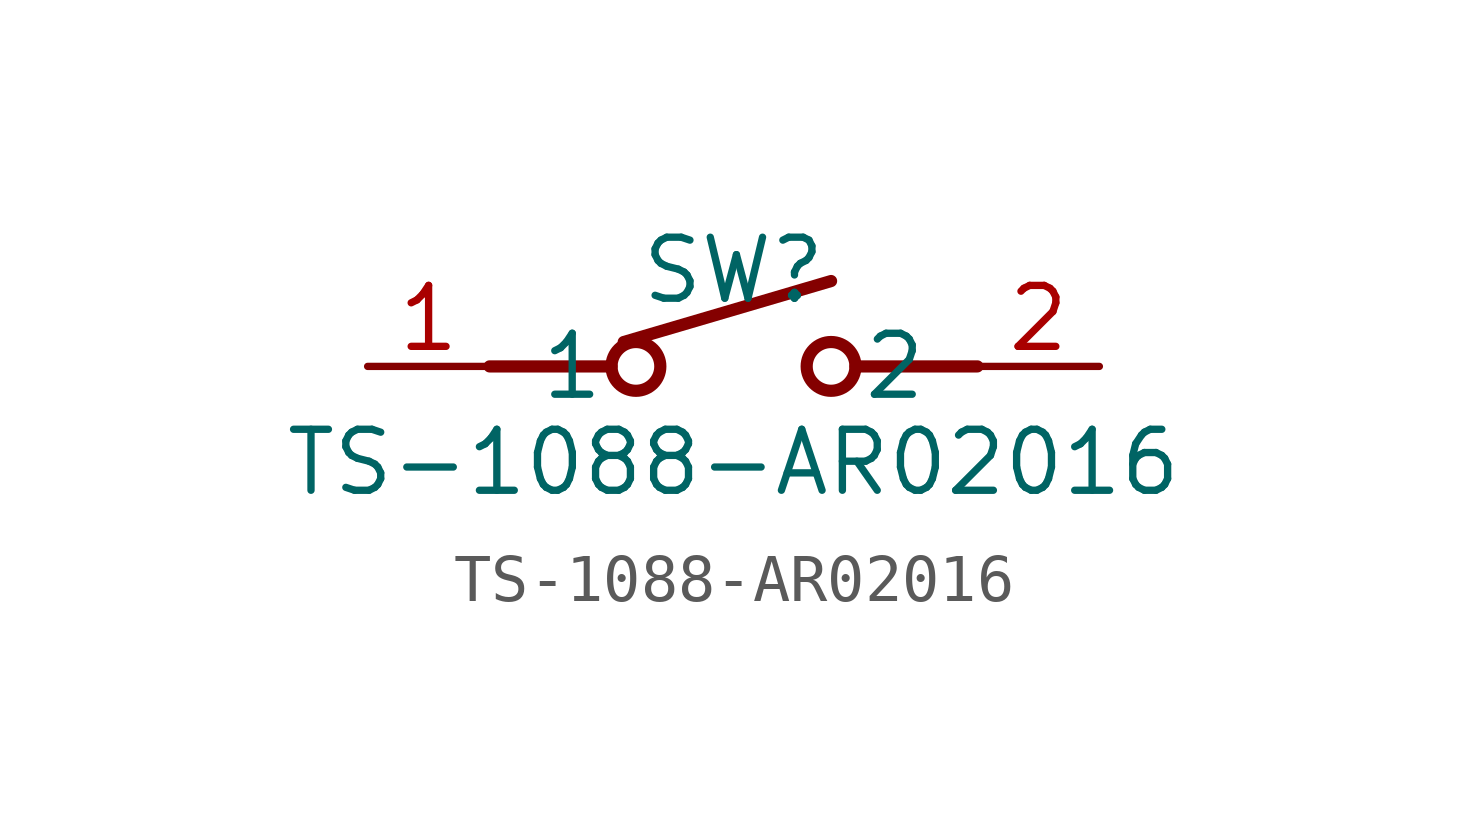
<source format=kicad_sym>
(kicad_symbol_lib
  (version 20241209)
  (generator "JLCImport")
  (generator_version "1.0")
  (symbol "TS-1088-AR02016"
    (pin_names
      (offset 1.016))
    (property "Reference" "SW"
      (at 0 2 0)
      (effects (font (size 1.27 1.27))))
    (property "Value" "TS-1088-AR02016"
      (at 0 -2 0)
      (effects (font (size 1.27 1.27))))
    (symbol "TS-1088-AR02016_0_1"
      (circle (center 2.032 0) (radius 0.508) (stroke (width 0.254) (type solid)) (fill (type none)))
      (circle (center -2.032 0) (radius 0.508) (stroke (width 0.254) (type solid)) (fill (type none)))
      (polyline (pts (xy -2.286 0.508) (xy 2.032 1.778)) (stroke (width 0.254) (type solid)) (fill (type none)))
      (polyline (pts (xy 5.08 0) (xy 2.54 0)) (stroke (width 0.254) (type solid)) (fill (type none)))
      (polyline (pts (xy -5.08 0) (xy -2.54 0)) (stroke (width 0.254) (type solid)) (fill (type none)))
      (pin unspecified line (at 7.62 0 180) (length 2.54) (name "2" (effects (font (size 1.27 1.27)) hide)) (number "2" (effects (font (size 1.27 1.27)))))
      (pin unspecified line (at -7.62 0 0) (length 2.54) (name "1" (effects (font (size 1.27 1.27)) hide)) (number "1" (effects (font (size 1.27 1.27))))))))
</source>
